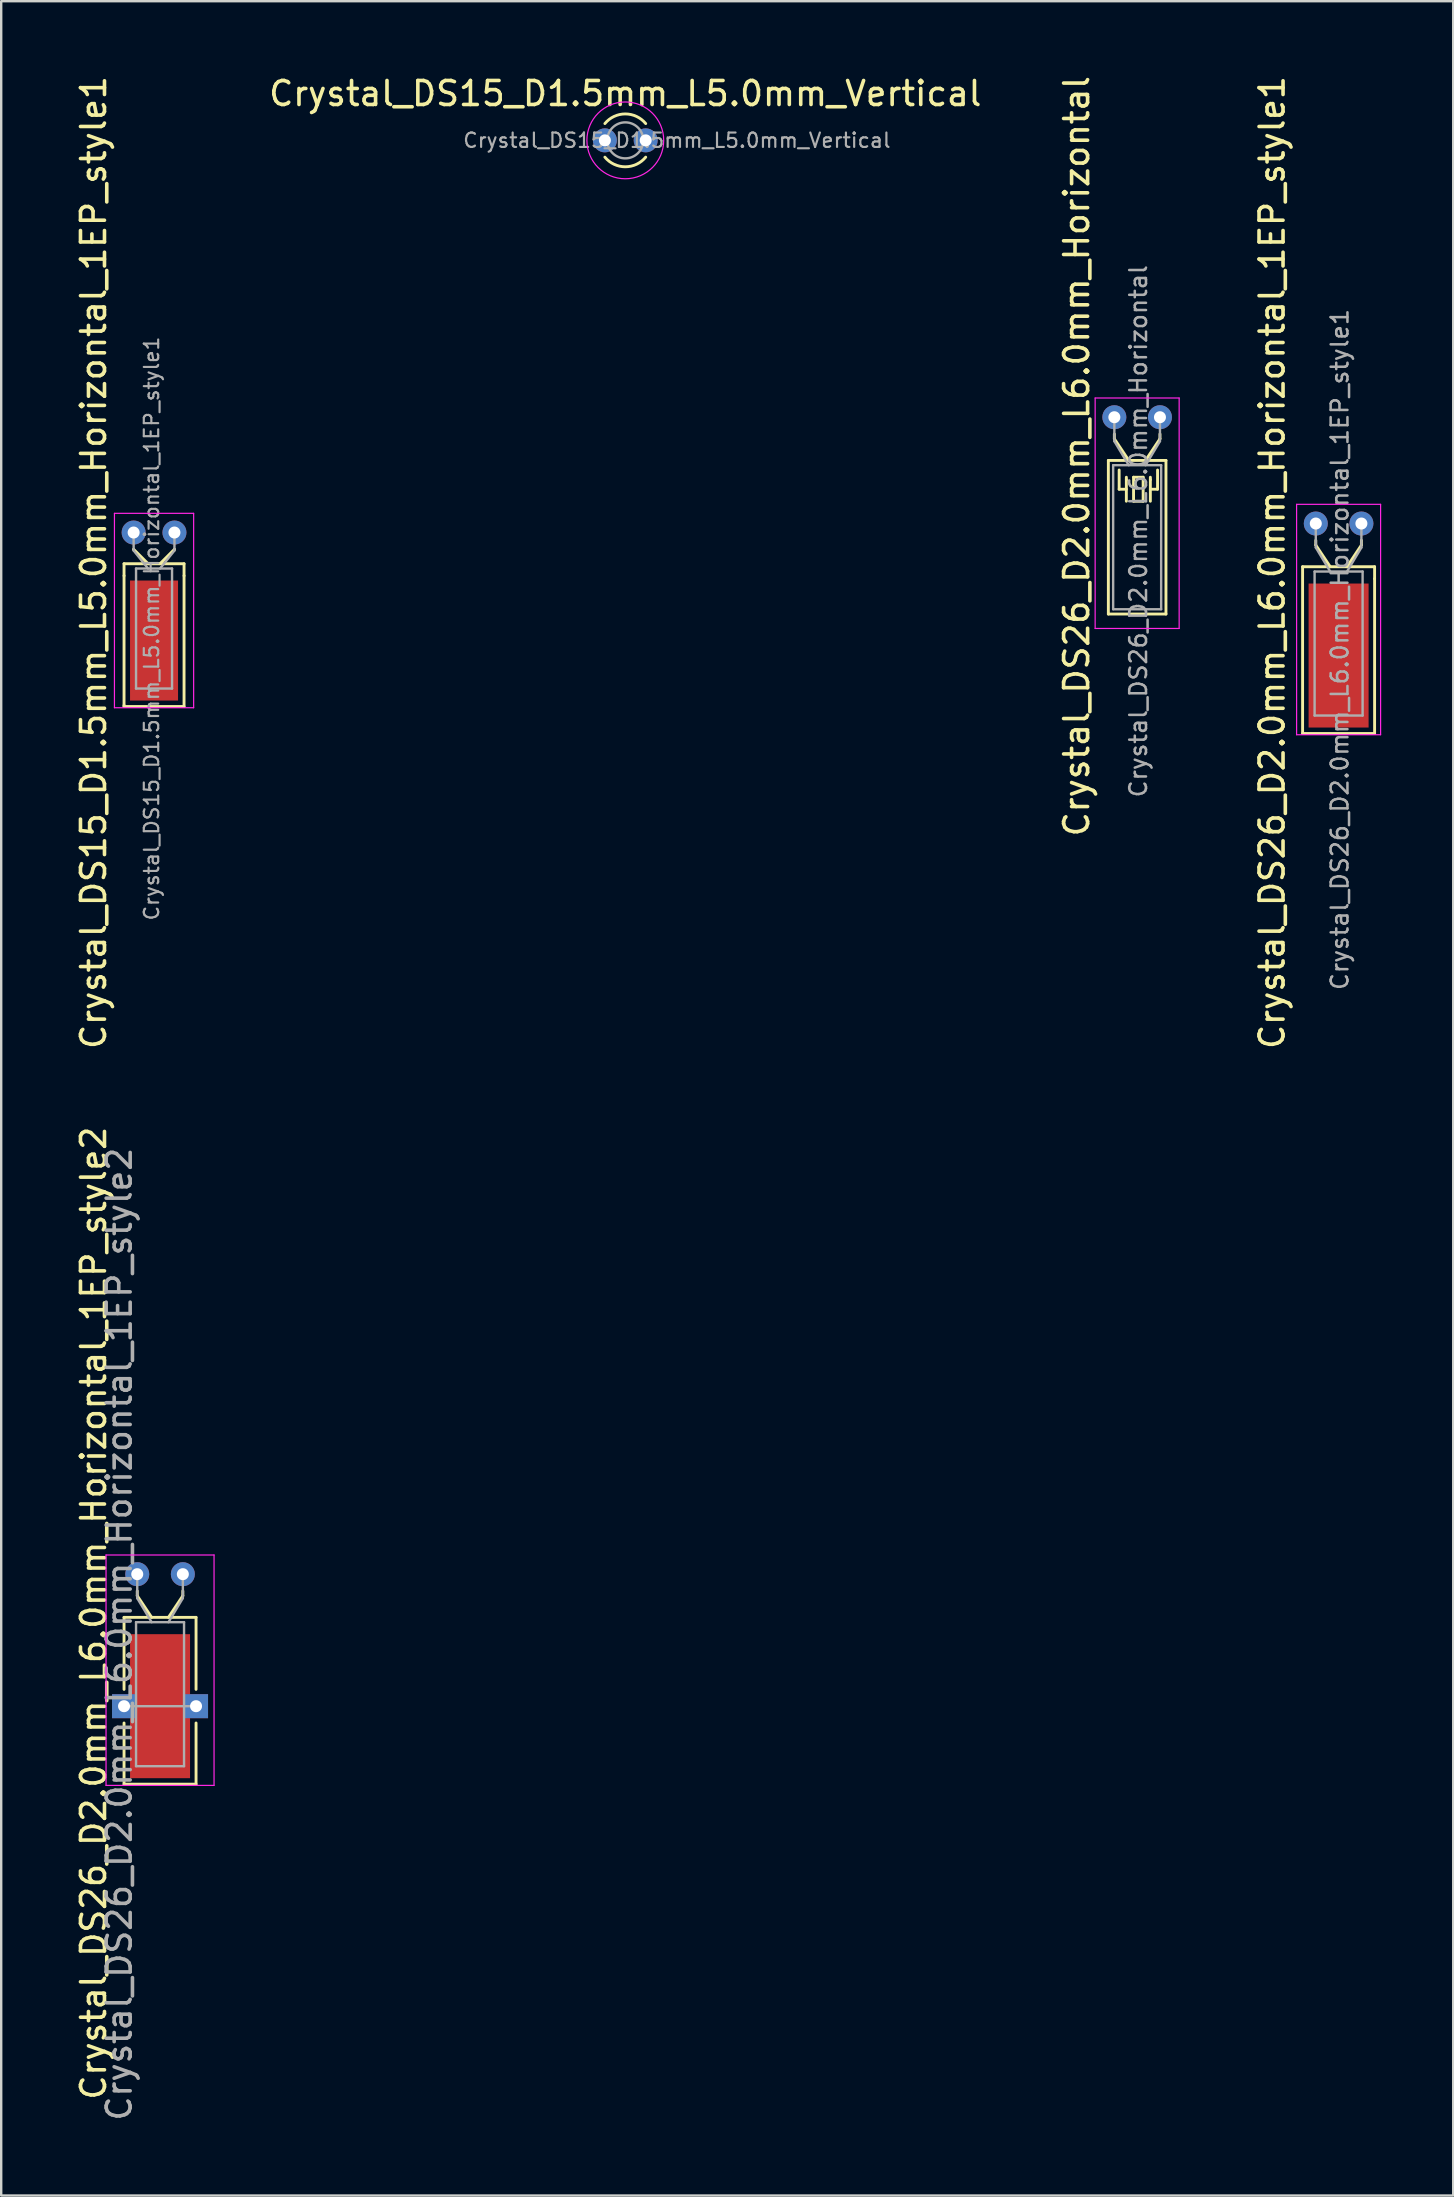
<source format=kicad_pcb>
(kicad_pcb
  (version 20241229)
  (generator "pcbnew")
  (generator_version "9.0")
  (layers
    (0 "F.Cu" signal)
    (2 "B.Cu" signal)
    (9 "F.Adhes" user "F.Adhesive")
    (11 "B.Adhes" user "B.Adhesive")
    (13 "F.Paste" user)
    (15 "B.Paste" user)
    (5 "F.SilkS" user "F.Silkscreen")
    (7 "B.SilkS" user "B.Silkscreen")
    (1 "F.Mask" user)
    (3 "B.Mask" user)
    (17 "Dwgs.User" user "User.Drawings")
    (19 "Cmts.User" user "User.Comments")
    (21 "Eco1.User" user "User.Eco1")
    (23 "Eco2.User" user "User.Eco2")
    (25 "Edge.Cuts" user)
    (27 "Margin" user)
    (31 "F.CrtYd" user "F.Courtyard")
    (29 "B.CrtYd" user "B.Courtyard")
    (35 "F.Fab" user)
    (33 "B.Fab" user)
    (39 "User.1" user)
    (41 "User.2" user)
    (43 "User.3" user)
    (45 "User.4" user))
  (footprint "Crystal_DS15_D1.5mm_L5.0mm_Horizontal_1EP_style1"
    (layer "F.Cu")
    (at 2.518 19.137)
    (property "Reference" "Crystal_DS15_D1.5mm_L5.0mm_Horizontal_1EP_style1" (at -1.67 1.25 90) (layer "F.SilkS") (effects (font (size 1 1) (thickness 0.15))))
    (attr through_hole)
    (fp_line (start -0.4 1.3) (end 2.1 1.3) (stroke (width 0.12) (type solid)) (layer "F.SilkS"))
    (fp_line (start -0.4 1.8) (end -0.4 1.3) (stroke (width 0.12) (type solid)) (layer "F.SilkS"))
    (fp_line (start -0.4 1.8) (end -0.4 7.2) (stroke (width 0.12) (type solid)) (layer "F.SilkS"))
    (fp_line (start -0.4 7.2) (end -0.4 7.25) (stroke (width 0.12) (type solid)) (layer "F.SilkS"))
    (fp_line (start -0.4 7.25) (end 2.1 7.25) (stroke (width 0.12) (type solid)) (layer "F.SilkS"))
    (fp_line (start 0 0.7) (end 0 0.7) (stroke (width 0.12) (type solid)) (layer "F.SilkS"))
    (fp_line (start 0.6 1.3) (end 0 0.7) (stroke (width 0.12) (type solid)) (layer "F.SilkS"))
    (fp_line (start 1.1 1.3) (end 1.7 0.7) (stroke (width 0.12) (type solid)) (layer "F.SilkS"))
    (fp_line (start 1.7 0.7) (end 1.7 0.7) (stroke (width 0.12) (type solid)) (layer "F.SilkS"))
    (fp_line (start 2.1 1.3) (end 2.1 1.8) (stroke (width 0.12) (type solid)) (layer "F.SilkS"))
    (fp_line (start 2.1 7.25) (end 2.1 1.8) (stroke (width 0.12) (type solid)) (layer "F.SilkS"))
    (fp_line (start -0.8 -0.8) (end -0.8 7.3) (stroke (width 0.05) (type solid)) (layer "F.CrtYd"))
    (fp_line (start -0.8 7.3) (end 2.5 7.3) (stroke (width 0.05) (type solid)) (layer "F.CrtYd"))
    (fp_line (start 2.5 -0.8) (end -0.8 -0.8) (stroke (width 0.05) (type solid)) (layer "F.CrtYd"))
    (fp_line (start 2.5 7.3) (end 2.5 -0.8) (stroke (width 0.05) (type solid)) (layer "F.CrtYd"))
    (fp_line (start 0 0.75) (end 0 0) (stroke (width 0.1) (type solid)) (layer "F.Fab"))
    (fp_line (start 0.1 1.5) (end 0.1 6.5) (stroke (width 0.1) (type solid)) (layer "F.Fab"))
    (fp_line (start 0.1 6.5) (end 1.6 6.5) (stroke (width 0.1) (type solid)) (layer "F.Fab"))
    (fp_line (start 0.6 1.5) (end 0 0.75) (stroke (width 0.1) (type solid)) (layer "F.Fab"))
    (fp_line (start 1.1 1.5) (end 1.7 0.75) (stroke (width 0.1) (type solid)) (layer "F.Fab"))
    (fp_line (start 1.6 1.5) (end 0.1 1.5) (stroke (width 0.1) (type solid)) (layer "F.Fab"))
    (fp_line (start 1.6 6.5) (end 1.6 1.5) (stroke (width 0.1) (type solid)) (layer "F.Fab"))
    (fp_line (start 1.7 0.75) (end 1.7 0) (stroke (width 0.1) (type solid)) (layer "F.Fab"))
    (fp_text user "${REFERENCE}" (at 0.75 4 90) (layer "F.Fab") (effects (font (size 0.6 0.6) (thickness 0.09))))
    (pad "1" thru_hole circle (at 0 0) (size 1 1) (drill 0.5) (layers "*.Cu" "*.Mask"))
    (pad "2" thru_hole circle (at 1.7 0) (size 1 1) (drill 0.5) (layers "*.Cu" "*.Mask"))
    (pad "3" smd rect (at 0.85 4.5) (size 2 5) (layers "F.Cu" "F.Mask" "F.Paste")))
  (footprint "Crystal_DS26_D2.0mm_L6.0mm_Horizontal_1EP_style2"
    (layer "F.Cu")
    (at 2.668 62.536)
    (property "Reference" "Crystal_DS26_D2.0mm_L6.0mm_Horizontal_1EP_style2" (at -1.82 1.625 90) (layer "F.SilkS") (effects (font (size 1 1) (thickness 0.15))))
    (attr through_hole)
    (fp_line (start -0.55 1.8) (end 2.45 1.8) (stroke (width 0.12) (type solid)) (layer "F.SilkS"))
    (fp_line (start -0.55 4.8) (end -0.55 1.8) (stroke (width 0.12) (type solid)) (layer "F.SilkS"))
    (fp_line (start -0.55 6.2) (end -0.55 8.75) (stroke (width 0.12) (type solid)) (layer "F.SilkS"))
    (fp_line (start -0.55 8.75) (end 2.45 8.75) (stroke (width 0.12) (type solid)) (layer "F.SilkS"))
    (fp_line (start 0 0.9) (end 0 0.7) (stroke (width 0.12) (type solid)) (layer "F.SilkS"))
    (fp_line (start 0.6 1.8) (end 0 0.9) (stroke (width 0.12) (type solid)) (layer "F.SilkS"))
    (fp_line (start 1.3 1.8) (end 1.9 0.9) (stroke (width 0.12) (type solid)) (layer "F.SilkS"))
    (fp_line (start 1.9 0.9) (end 1.9 0.7) (stroke (width 0.12) (type solid)) (layer "F.SilkS"))
    (fp_line (start 2.45 1.8) (end 2.45 4.8) (stroke (width 0.12) (type solid)) (layer "F.SilkS"))
    (fp_line (start 2.45 8.75) (end 2.45 6.2) (stroke (width 0.12) (type solid)) (layer "F.SilkS"))
    (fp_line (start -1.3 -0.8) (end -1.3 8.8) (stroke (width 0.05) (type solid)) (layer "F.CrtYd"))
    (fp_line (start -1.3 8.8) (end 3.2 8.8) (stroke (width 0.05) (type solid)) (layer "F.CrtYd"))
    (fp_line (start 3.2 -0.8) (end -1.3 -0.8) (stroke (width 0.05) (type solid)) (layer "F.CrtYd"))
    (fp_line (start 3.2 8.8) (end 3.2 -0.8) (stroke (width 0.05) (type solid)) (layer "F.CrtYd"))
    (fp_line (start -0.55 5.5) (end 2.45 5.5) (stroke (width 0.1) (type solid)) (layer "F.Fab"))
    (fp_line (start -0.05 2) (end -0.05 8) (stroke (width 0.1) (type solid)) (layer "F.Fab"))
    (fp_line (start -0.05 8) (end 1.95 8) (stroke (width 0.1) (type solid)) (layer "F.Fab"))
    (fp_line (start 0 1) (end 0 0) (stroke (width 0.1) (type solid)) (layer "F.Fab"))
    (fp_line (start 0.6 2) (end 0 1) (stroke (width 0.1) (type solid)) (layer "F.Fab"))
    (fp_line (start 1.3 2) (end 1.9 1) (stroke (width 0.1) (type solid)) (layer "F.Fab"))
    (fp_line (start 1.9 1) (end 1.9 0) (stroke (width 0.1) (type solid)) (layer "F.Fab"))
    (fp_line (start 1.95 2) (end -0.05 2) (stroke (width 0.1) (type solid)) (layer "F.Fab"))
    (fp_line (start 1.95 8) (end 1.95 2) (stroke (width 0.1) (type solid)) (layer "F.Fab"))
    (fp_text user "${REFERENCE}" (at -0.75 2.5 90) (layer "F.Fab") (effects (font (size 1 1) (thickness 0.15))))
    (pad "1" thru_hole circle (at 0 0) (size 1 1) (drill 0.5) (layers "*.Cu" "*.Mask"))
    (pad "2" thru_hole circle (at 1.9 0) (size 1 1) (drill 0.5) (layers "*.Cu" "*.Mask"))
    (pad "3" thru_hole rect (at -0.55 5.5) (size 1 1) (drill 0.5) (layers "*.Cu" "*.Mask"))
    (pad "3" smd rect (at 0.95 5.5) (size 2.5 6) (layers "F.Cu" "F.Mask" "F.Paste"))
    (pad "3" thru_hole rect (at 2.45 5.5) (size 1 1) (drill 0.5) (layers "*.Cu" "*.Mask")))
  (footprint "Crystal_DS15_D1.5mm_L5.0mm_Vertical"
    (layer "F.Cu")
    (at 22.152 2.798)
    (property "Reference" "Crystal_DS15_D1.5mm_L5.0mm_Vertical" (at 0.85 -1.95 0) (layer "F.SilkS") (effects (font (size 1 1) (thickness 0.15))))
    (attr through_hole)
    (fp_arc (start 0 -0.7) (mid 0.850432 -1.101136) (end 1.700549 -0.699333) (stroke (width 0.12) (type solid)) (layer "F.SilkS"))
    (fp_arc (start 1.700549 0.699333) (mid 0.850432 1.101136) (end 0 0.7) (stroke (width 0.12) (type solid)) (layer "F.SilkS"))
    (fp_circle (center 0.85 0) (end 2.45 0) (stroke (width 0.05) (type solid)) (fill no) (layer "F.CrtYd"))
    (fp_circle (center 0.85 0) (end 1.6 0) (stroke (width 0.1) (type solid)) (fill no) (layer "F.Fab"))
    (fp_text user "${REFERENCE}" (at 3 0 0) (layer "F.Fab") (effects (font (size 0.6 0.6) (thickness 0.09))))
    (pad "1" thru_hole circle (at 0 0) (size 1 1) (drill 0.5) (layers "*.Cu" "*.Mask"))
    (pad "2" thru_hole circle (at 1.7 0) (size 1 1) (drill 0.5) (layers "*.Cu" "*.Mask")))
  (footprint "Crystal_DS26_D2.0mm_L6.0mm_Horizontal"
    (layer "F.Cu")
    (at 43.378 14.333)
    (property "Reference" "Crystal_DS26_D2.0mm_L6.0mm_Horizontal" (at -1.57 1.625 90) (layer "F.SilkS") (effects (font (size 1 1) (thickness 0.15))))
    (attr through_hole)
    (fp_line (start -0.25 1.8) (end -0.25 8.2) (stroke (width 0.12) (type solid)) (layer "F.SilkS"))
    (fp_line (start -0.25 8.2) (end 2.15 8.2) (stroke (width 0.12) (type solid)) (layer "F.SilkS"))
    (fp_line (start 0 0.9) (end 0 0.7) (stroke (width 0.12) (type solid)) (layer "F.SilkS"))
    (fp_line (start 0.2 3) (end 0.2 2.2) (stroke (width 0.12) (type solid)) (layer "F.SilkS"))
    (fp_line (start 0.5 2.6) (end 0.5 2.5) (stroke (width 0.12) (type solid)) (layer "F.SilkS"))
    (fp_line (start 0.5 3) (end 0.2 3) (stroke (width 0.12) (type solid)) (layer "F.SilkS"))
    (fp_line (start 0.5 3.5) (end 0.5 2.6) (stroke (width 0.12) (type solid)) (layer "F.SilkS"))
    (fp_line (start 0.6 1.8) (end 0 0.9) (stroke (width 0.12) (type solid)) (layer "F.SilkS"))
    (fp_line (start 0.8 2.5) (end 0.8 3.5) (stroke (width 0.12) (type solid)) (layer "F.SilkS"))
    (fp_line (start 0.8 3.5) (end 1.2 3.5) (stroke (width 0.12) (type solid)) (layer "F.SilkS"))
    (fp_line (start 1.2 2.5) (end 0.8 2.5) (stroke (width 0.12) (type solid)) (layer "F.SilkS"))
    (fp_line (start 1.2 3.5) (end 1.2 2.5) (stroke (width 0.12) (type solid)) (layer "F.SilkS"))
    (fp_line (start 1.3 1.8) (end 1.9 0.9) (stroke (width 0.12) (type solid)) (layer "F.SilkS"))
    (fp_line (start 1.5 2.6) (end 1.5 2.5) (stroke (width 0.12) (type solid)) (layer "F.SilkS"))
    (fp_line (start 1.5 3) (end 1.8 3) (stroke (width 0.12) (type solid)) (layer "F.SilkS"))
    (fp_line (start 1.5 3.5) (end 1.5 2.6) (stroke (width 0.12) (type solid)) (layer "F.SilkS"))
    (fp_line (start 1.8 3) (end 1.8 2.2) (stroke (width 0.12) (type solid)) (layer "F.SilkS"))
    (fp_line (start 1.9 0.9) (end 1.9 0.7) (stroke (width 0.12) (type solid)) (layer "F.SilkS"))
    (fp_line (start 2.15 1.8) (end -0.25 1.8) (stroke (width 0.12) (type solid)) (layer "F.SilkS"))
    (fp_line (start 2.15 8.2) (end 2.15 1.8) (stroke (width 0.12) (type solid)) (layer "F.SilkS"))
    (fp_line (start -0.8 -0.8) (end -0.8 8.8) (stroke (width 0.05) (type solid)) (layer "F.CrtYd"))
    (fp_line (start -0.8 8.8) (end 2.7 8.8) (stroke (width 0.05) (type solid)) (layer "F.CrtYd"))
    (fp_line (start 2.7 -0.8) (end -0.8 -0.8) (stroke (width 0.05) (type solid)) (layer "F.CrtYd"))
    (fp_line (start 2.7 8.8) (end 2.7 -0.8) (stroke (width 0.05) (type solid)) (layer "F.CrtYd"))
    (fp_line (start -0.05 2) (end -0.05 8) (stroke (width 0.1) (type solid)) (layer "F.Fab"))
    (fp_line (start -0.05 8) (end 1.95 8) (stroke (width 0.1) (type solid)) (layer "F.Fab"))
    (fp_line (start 0 1) (end 0 0) (stroke (width 0.1) (type solid)) (layer "F.Fab"))
    (fp_line (start 0.6 2) (end 0 1) (stroke (width 0.1) (type solid)) (layer "F.Fab"))
    (fp_line (start 1.3 2) (end 1.9 1) (stroke (width 0.1) (type solid)) (layer "F.Fab"))
    (fp_line (start 1.9 1) (end 1.9 0) (stroke (width 0.1) (type solid)) (layer "F.Fab"))
    (fp_line (start 1.95 2) (end -0.05 2) (stroke (width 0.1) (type solid)) (layer "F.Fab"))
    (fp_line (start 1.95 8) (end 1.95 2) (stroke (width 0.1) (type solid)) (layer "F.Fab"))
    (fp_text user "${REFERENCE}" (at 1 4.75 90) (layer "F.Fab") (effects (font (size 0.7 0.7) (thickness 0.105))))
    (pad "1" thru_hole circle (at 0 0) (size 1 1) (drill 0.5) (layers "*.Cu" "*.Mask"))
    (pad "2" thru_hole circle (at 1.9 0) (size 1 1) (drill 0.5) (layers "*.Cu" "*.Mask")))
  (footprint "Crystal_DS26_D2.0mm_L6.0mm_Horizontal_1EP_style1"
    (layer "F.Cu")
    (at 51.771 18.762)
    (property "Reference" "Crystal_DS26_D2.0mm_L6.0mm_Horizontal_1EP_style1" (at -1.82 1.625 90) (layer "F.SilkS") (effects (font (size 1 1) (thickness 0.15))))
    (attr through_hole)
    (fp_line (start -0.55 1.8) (end 2.45 1.8) (stroke (width 0.12) (type solid)) (layer "F.SilkS"))
    (fp_line (start -0.55 8.75) (end -0.55 1.8) (stroke (width 0.12) (type solid)) (layer "F.SilkS"))
    (fp_line (start -0.55 8.75) (end 2.45 8.75) (stroke (width 0.12) (type solid)) (layer "F.SilkS"))
    (fp_line (start 0 0.9) (end 0 0.7) (stroke (width 0.12) (type solid)) (layer "F.SilkS"))
    (fp_line (start 0.6 1.8) (end 0 0.9) (stroke (width 0.12) (type solid)) (layer "F.SilkS"))
    (fp_line (start 1.3 1.8) (end 1.9 0.9) (stroke (width 0.12) (type solid)) (layer "F.SilkS"))
    (fp_line (start 1.9 0.9) (end 1.9 0.7) (stroke (width 0.12) (type solid)) (layer "F.SilkS"))
    (fp_line (start 2.45 1.8) (end 2.45 2.3) (stroke (width 0.12) (type solid)) (layer "F.SilkS"))
    (fp_line (start 2.45 8.75) (end 2.45 2.3) (stroke (width 0.12) (type solid)) (layer "F.SilkS"))
    (fp_line (start -0.8 -0.8) (end -0.8 8.8) (stroke (width 0.05) (type solid)) (layer "F.CrtYd"))
    (fp_line (start -0.8 8.8) (end 2.7 8.8) (stroke (width 0.05) (type solid)) (layer "F.CrtYd"))
    (fp_line (start 2.7 -0.8) (end -0.8 -0.8) (stroke (width 0.05) (type solid)) (layer "F.CrtYd"))
    (fp_line (start 2.7 8.8) (end 2.7 -0.8) (stroke (width 0.05) (type solid)) (layer "F.CrtYd"))
    (fp_line (start -0.05 2) (end -0.05 8) (stroke (width 0.1) (type solid)) (layer "F.Fab"))
    (fp_line (start -0.05 8) (end 1.95 8) (stroke (width 0.1) (type solid)) (layer "F.Fab"))
    (fp_line (start 0 1) (end 0 0) (stroke (width 0.1) (type solid)) (layer "F.Fab"))
    (fp_line (start 0.6 2) (end 0 1) (stroke (width 0.1) (type solid)) (layer "F.Fab"))
    (fp_line (start 1.3 2) (end 1.9 1) (stroke (width 0.1) (type solid)) (layer "F.Fab"))
    (fp_line (start 1.9 1) (end 1.9 0) (stroke (width 0.1) (type solid)) (layer "F.Fab"))
    (fp_line (start 1.95 2) (end -0.05 2) (stroke (width 0.1) (type solid)) (layer "F.Fab"))
    (fp_line (start 1.95 8) (end 1.95 2) (stroke (width 0.1) (type solid)) (layer "F.Fab"))
    (fp_text user "${REFERENCE}" (at 1 5.25 90) (layer "F.Fab") (effects (font (size 0.7 0.7) (thickness 0.105))))
    (pad "1" thru_hole circle (at 0 0) (size 1 1) (drill 0.5) (layers "*.Cu" "*.Mask"))
    (pad "2" thru_hole circle (at 1.9 0) (size 1 1) (drill 0.5) (layers "*.Cu" "*.Mask"))
    (pad "3" smd rect (at 0.95 5.5) (size 2.5 6) (layers "F.Cu" "F.Mask" "F.Paste")))
  (gr_rect
    (start -3 -3)
    (end 57.496 88.423)
    (stroke (width 0.1) (type default))
    (fill no)
    (layer "Edge.Cuts")))
</source>
